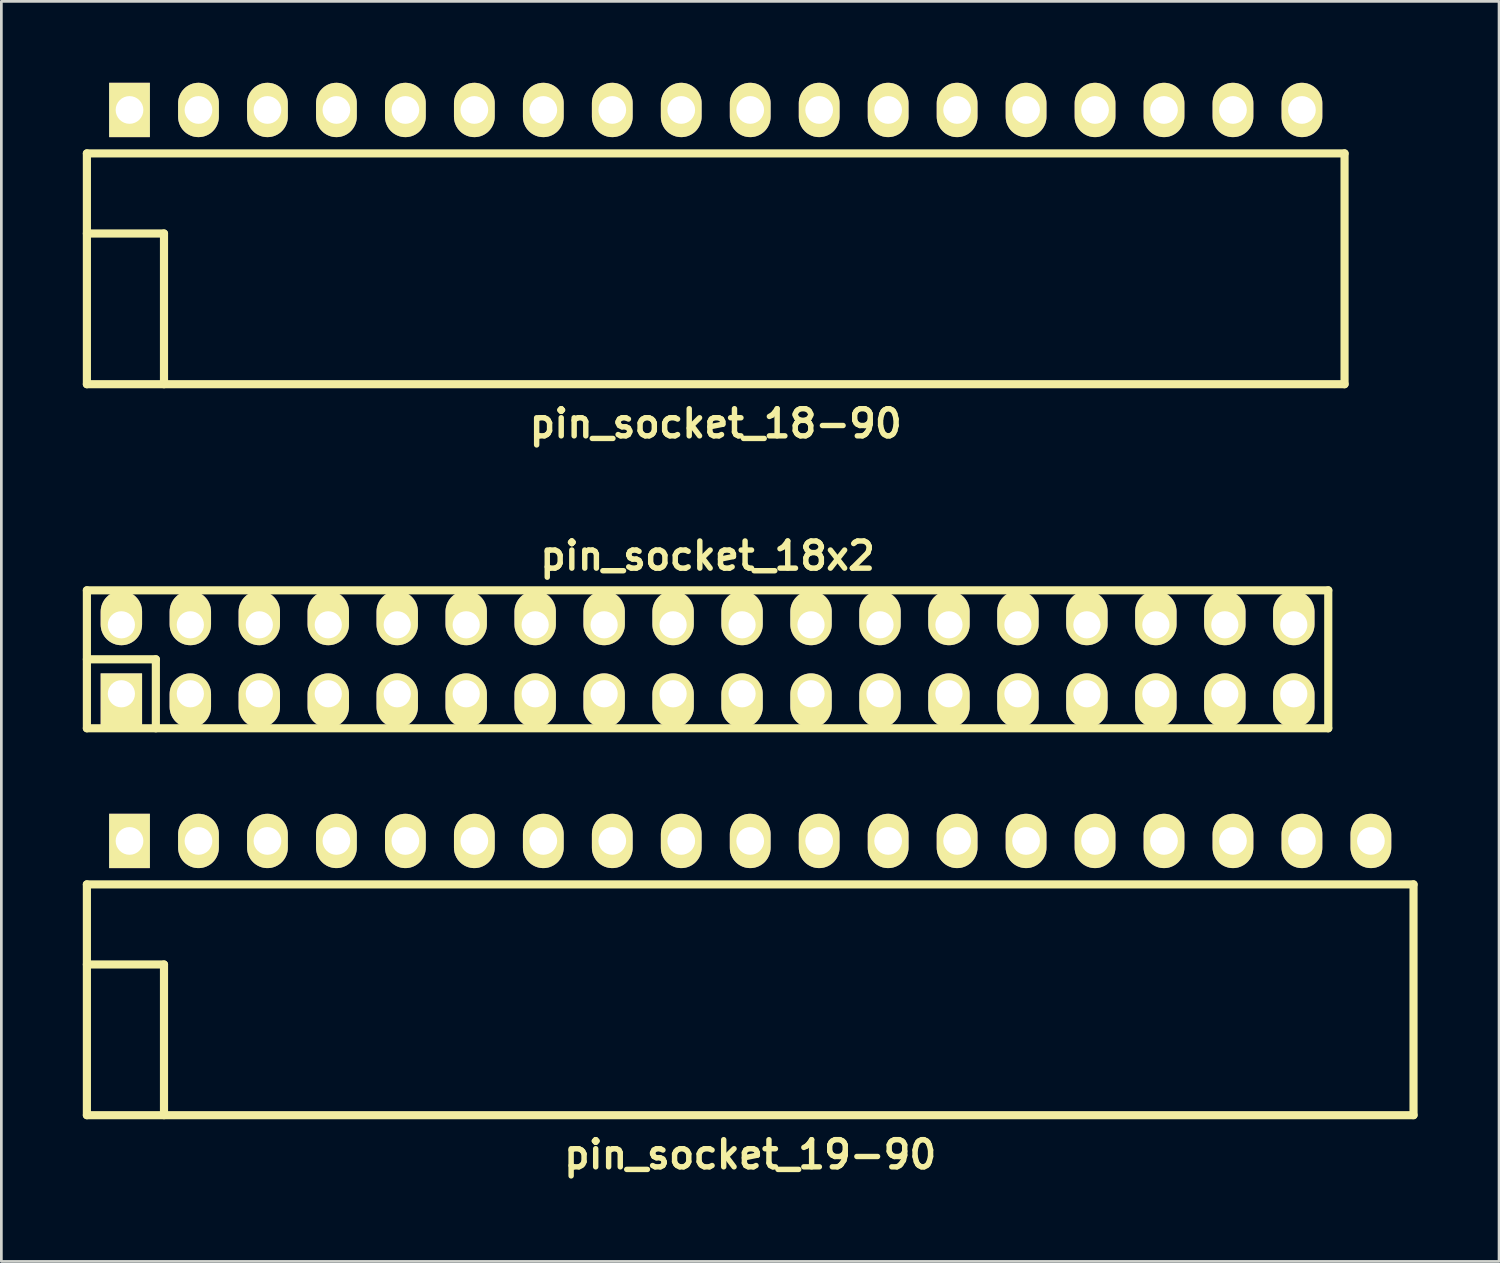
<source format=kicad_pcb>
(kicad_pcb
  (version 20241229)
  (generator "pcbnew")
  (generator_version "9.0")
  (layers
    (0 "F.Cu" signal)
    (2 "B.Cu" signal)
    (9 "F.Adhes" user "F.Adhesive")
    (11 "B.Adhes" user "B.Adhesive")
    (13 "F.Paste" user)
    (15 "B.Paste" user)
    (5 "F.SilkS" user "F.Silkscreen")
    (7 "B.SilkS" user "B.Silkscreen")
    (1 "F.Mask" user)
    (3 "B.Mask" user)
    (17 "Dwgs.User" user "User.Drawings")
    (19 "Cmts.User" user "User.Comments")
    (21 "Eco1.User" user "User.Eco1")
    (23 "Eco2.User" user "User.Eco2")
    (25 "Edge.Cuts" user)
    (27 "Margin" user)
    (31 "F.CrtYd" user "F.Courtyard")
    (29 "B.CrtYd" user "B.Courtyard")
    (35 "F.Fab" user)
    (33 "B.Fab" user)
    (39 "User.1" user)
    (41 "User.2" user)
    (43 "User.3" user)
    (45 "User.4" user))
  (footprint "pin_socket_18-90"
    (layer "F.Cu")
    (at 23.31 5.55)
    (property "Reference" "pin_socket_18-90" (at 0 7 0) (layer "F.SilkS") (effects (font (size 1 1) (thickness 0.2))))
    (attr through_hole)
    (fp_line (start -23.16 -2.95) (end -23.16 5.55) (stroke (width 0.3) (type solid)) (layer "F.SilkS"))
    (fp_line (start -23.16 -2.95) (end 23.16 -2.95) (stroke (width 0.3) (type solid)) (layer "F.SilkS"))
    (fp_line (start -23.16 0) (end -20.32 0) (stroke (width 0.3) (type solid)) (layer "F.SilkS"))
    (fp_line (start -23.16 5.55) (end 23.16 5.55) (stroke (width 0.3) (type solid)) (layer "F.SilkS"))
    (fp_line (start -20.32 0) (end -20.32 5.55) (stroke (width 0.3) (type solid)) (layer "F.SilkS"))
    (fp_line (start 23.16 -2.95) (end 23.16 5.55) (stroke (width 0.3) (type solid)) (layer "F.SilkS"))
    (pad "1" thru_hole rect (at -21.59 -4.55) (size 1.5 2) (drill 1.02) (layers "*.Cu" "*.Mask" "F.SilkS"))
    (pad "2" thru_hole oval (at -19.05 -4.55) (size 1.5 2) (drill 1.02) (layers "*.Cu" "*.Mask" "F.SilkS"))
    (pad "3" thru_hole oval (at -16.51 -4.55) (size 1.5 2) (drill 1.02) (layers "*.Cu" "*.Mask" "F.SilkS"))
    (pad "4" thru_hole oval (at -13.97 -4.55) (size 1.5 2) (drill 1.02) (layers "*.Cu" "*.Mask" "F.SilkS"))
    (pad "5" thru_hole oval (at -11.43 -4.55) (size 1.5 2) (drill 1.02) (layers "*.Cu" "*.Mask" "F.SilkS"))
    (pad "6" thru_hole oval (at -8.89 -4.55) (size 1.5 2) (drill 1.02) (layers "*.Cu" "*.Mask" "F.SilkS"))
    (pad "7" thru_hole oval (at -6.35 -4.55) (size 1.5 2) (drill 1.02) (layers "*.Cu" "*.Mask" "F.SilkS"))
    (pad "8" thru_hole oval (at -3.81 -4.55) (size 1.5 2) (drill 1.02) (layers "*.Cu" "*.Mask" "F.SilkS"))
    (pad "9" thru_hole oval (at -1.27 -4.55) (size 1.5 2) (drill 1.02) (layers "*.Cu" "*.Mask" "F.SilkS"))
    (pad "10" thru_hole oval (at 1.27 -4.55) (size 1.5 2) (drill 1.02) (layers "*.Cu" "*.Mask" "F.SilkS"))
    (pad "12" thru_hole oval (at 6.35 -4.55) (size 1.5 2) (drill 1.02) (layers "*.Cu" "*.Mask" "F.SilkS"))
    (pad "13" thru_hole oval (at 8.89 -4.55) (size 1.5 2) (drill 1.02) (layers "*.Cu" "*.Mask" "F.SilkS"))
    (pad "14" thru_hole oval (at 11.43 -4.55) (size 1.5 2) (drill 1.02) (layers "*.Cu" "*.Mask" "F.SilkS"))
    (pad "15" thru_hole oval (at 13.97 -4.55) (size 1.5 2) (drill 1.02) (layers "*.Cu" "*.Mask" "F.SilkS"))
    (pad "16" thru_hole oval (at 16.51 -4.55) (size 1.5 2) (drill 1.02) (layers "*.Cu" "*.Mask" "F.SilkS"))
    (pad "17" thru_hole oval (at 19.05 -4.55) (size 1.5 2) (drill 1.02) (layers "*.Cu" "*.Mask" "F.SilkS"))
    (pad "18" thru_hole oval (at 21.59 -4.55) (size 1.5 2) (drill 1.02) (layers "*.Cu" "*.Mask" "F.SilkS"))
    (pad "1121" thru_hole oval (at 3.81 -4.55) (size 1.5 2) (drill 1.02) (layers "*.Cu" "*.Mask" "F.SilkS")))
  (footprint "pin_socket_19-90"
    (layer "F.Cu")
    (at 24.58 32.472)
    (property "Reference" "pin_socket_19-90" (at 0 7 0) (layer "F.SilkS") (effects (font (size 1 1) (thickness 0.2))))
    (attr through_hole)
    (fp_line (start -24.43 -2.95) (end -24.43 5.55) (stroke (width 0.3) (type solid)) (layer "F.SilkS"))
    (fp_line (start -24.43 -2.95) (end 24.43 -2.95) (stroke (width 0.3) (type solid)) (layer "F.SilkS"))
    (fp_line (start -24.43 0) (end -21.59 0) (stroke (width 0.3) (type solid)) (layer "F.SilkS"))
    (fp_line (start -24.43 5.55) (end 24.43 5.55) (stroke (width 0.3) (type solid)) (layer "F.SilkS"))
    (fp_line (start -21.59 0) (end -21.59 5.55) (stroke (width 0.3) (type solid)) (layer "F.SilkS"))
    (fp_line (start 24.43 -2.95) (end 24.43 5.55) (stroke (width 0.3) (type solid)) (layer "F.SilkS"))
    (pad "1" thru_hole rect (at -22.86 -4.55) (size 1.5 2) (drill 1.02) (layers "*.Cu" "*.Mask" "F.SilkS"))
    (pad "2" thru_hole oval (at -20.32 -4.55) (size 1.5 2) (drill 1.02) (layers "*.Cu" "*.Mask" "F.SilkS"))
    (pad "3" thru_hole oval (at -17.78 -4.55) (size 1.5 2) (drill 1.02) (layers "*.Cu" "*.Mask" "F.SilkS"))
    (pad "4" thru_hole oval (at -15.24 -4.55) (size 1.5 2) (drill 1.02) (layers "*.Cu" "*.Mask" "F.SilkS"))
    (pad "5" thru_hole oval (at -12.7 -4.55) (size 1.5 2) (drill 1.02) (layers "*.Cu" "*.Mask" "F.SilkS"))
    (pad "6" thru_hole oval (at -10.16 -4.55) (size 1.5 2) (drill 1.02) (layers "*.Cu" "*.Mask" "F.SilkS"))
    (pad "7" thru_hole oval (at -7.62 -4.55) (size 1.5 2) (drill 1.02) (layers "*.Cu" "*.Mask" "F.SilkS"))
    (pad "8" thru_hole oval (at -5.08 -4.55) (size 1.5 2) (drill 1.02) (layers "*.Cu" "*.Mask" "F.SilkS"))
    (pad "9" thru_hole oval (at -2.54 -4.55) (size 1.5 2) (drill 1.02) (layers "*.Cu" "*.Mask" "F.SilkS"))
    (pad "10" thru_hole oval (at 0 -4.55) (size 1.5 2) (drill 1.02) (layers "*.Cu" "*.Mask" "F.SilkS"))
    (pad "12" thru_hole oval (at 5.08 -4.55) (size 1.5 2) (drill 1.02) (layers "*.Cu" "*.Mask" "F.SilkS"))
    (pad "13" thru_hole oval (at 7.62 -4.55) (size 1.5 2) (drill 1.02) (layers "*.Cu" "*.Mask" "F.SilkS"))
    (pad "14" thru_hole oval (at 10.16 -4.55) (size 1.5 2) (drill 1.02) (layers "*.Cu" "*.Mask" "F.SilkS"))
    (pad "15" thru_hole oval (at 12.7 -4.55) (size 1.5 2) (drill 1.02) (layers "*.Cu" "*.Mask" "F.SilkS"))
    (pad "16" thru_hole oval (at 15.24 -4.55) (size 1.5 2) (drill 1.02) (layers "*.Cu" "*.Mask" "F.SilkS"))
    (pad "17" thru_hole oval (at 17.78 -4.55) (size 1.5 2) (drill 1.02) (layers "*.Cu" "*.Mask" "F.SilkS"))
    (pad "18" thru_hole oval (at 20.32 -4.55) (size 1.5 2) (drill 1.02) (layers "*.Cu" "*.Mask" "F.SilkS"))
    (pad "19" thru_hole oval (at 22.86 -4.55) (size 1.5 2) (drill 1.02) (layers "*.Cu" "*.Mask" "F.SilkS"))
    (pad "1121" thru_hole oval (at 2.54 -4.55) (size 1.5 2) (drill 1.02) (layers "*.Cu" "*.Mask" "F.SilkS")))
  (footprint "pin_socket_18x2"
    (layer "F.Cu")
    (at 23.01 21.232)
    (property "Reference" "pin_socket_18x2" (at 0 -3.81 0) (layer "F.SilkS") (effects (font (size 1 1) (thickness 0.2))))
    (attr through_hole)
    (fp_line (start -22.86 -2.54) (end -22.86 2.54) (stroke (width 0.3) (type solid)) (layer "F.SilkS"))
    (fp_line (start -22.86 0) (end -20.32 0) (stroke (width 0.3) (type solid)) (layer "F.SilkS"))
    (fp_line (start -22.86 2.54) (end 22.86 2.54) (stroke (width 0.3) (type solid)) (layer "F.SilkS"))
    (fp_line (start -20.32 0) (end -20.32 2.54) (stroke (width 0.3) (type solid)) (layer "F.SilkS"))
    (fp_line (start 22.86 -2.54) (end -22.86 -2.54) (stroke (width 0.3) (type solid)) (layer "F.SilkS"))
    (fp_line (start 22.86 2.54) (end 22.86 -2.54) (stroke (width 0.3) (type solid)) (layer "F.SilkS"))
    (pad "1" thru_hole rect (at -21.59 1.27) (size 1.524 1.999) (drill 1.001 (offset 0 0.249)) (layers "*.Cu" "*.Mask" "F.SilkS"))
    (pad "2" thru_hole oval (at -21.59 -1.27) (size 1.524 1.999) (drill 1.001 (offset 0 -0.249)) (layers "*.Cu" "*.Mask" "F.SilkS"))
    (pad "3" thru_hole oval (at -19.05 1.27) (size 1.524 1.999) (drill 1.001 (offset 0 0.249)) (layers "*.Cu" "*.Mask" "F.SilkS"))
    (pad "4" thru_hole oval (at -19.05 -1.27) (size 1.524 1.999) (drill 1.001 (offset 0 -0.249)) (layers "*.Cu" "*.Mask" "F.SilkS"))
    (pad "5" thru_hole oval (at -16.51 1.27) (size 1.524 1.999) (drill 1.001 (offset 0 0.249)) (layers "*.Cu" "*.Mask" "F.SilkS"))
    (pad "6" thru_hole oval (at -16.51 -1.27) (size 1.524 1.999) (drill 1.001 (offset 0 -0.249)) (layers "*.Cu" "*.Mask" "F.SilkS"))
    (pad "7" thru_hole oval (at -13.97 1.27) (size 1.524 1.999) (drill 1.001 (offset 0 0.249)) (layers "*.Cu" "*.Mask" "F.SilkS"))
    (pad "8" thru_hole oval (at -13.97 -1.27) (size 1.524 1.999) (drill 1.001 (offset 0 -0.249)) (layers "*.Cu" "*.Mask" "F.SilkS"))
    (pad "9" thru_hole oval (at -11.43 1.27) (size 1.524 1.999) (drill 1.001 (offset 0 0.249)) (layers "*.Cu" "*.Mask" "F.SilkS"))
    (pad "10" thru_hole oval (at -11.43 -1.27) (size 1.524 1.999) (drill 1.001 (offset 0 -0.249)) (layers "*.Cu" "*.Mask" "F.SilkS"))
    (pad "11" thru_hole oval (at -8.89 1.27) (size 1.524 1.999) (drill 1.001 (offset 0 0.249)) (layers "*.Cu" "*.Mask" "F.SilkS"))
    (pad "12" thru_hole oval (at -8.89 -1.27) (size 1.524 1.999) (drill 1.001 (offset 0 -0.249)) (layers "*.Cu" "*.Mask" "F.SilkS"))
    (pad "13" thru_hole oval (at -6.35 1.27) (size 1.524 1.999) (drill 1.001 (offset 0 0.249)) (layers "*.Cu" "*.Mask" "F.SilkS"))
    (pad "14" thru_hole oval (at -6.35 -1.27) (size 1.524 1.999) (drill 1.001 (offset 0 -0.249)) (layers "*.Cu" "*.Mask" "F.SilkS"))
    (pad "15" thru_hole oval (at -3.81 1.27) (size 1.524 1.999) (drill 1.001 (offset 0 0.249)) (layers "*.Cu" "*.Mask" "F.SilkS"))
    (pad "16" thru_hole oval (at -3.81 -1.27) (size 1.524 1.999) (drill 1.001 (offset 0 -0.249)) (layers "*.Cu" "*.Mask" "F.SilkS"))
    (pad "17" thru_hole oval (at -1.27 1.27) (size 1.524 1.999) (drill 1.001 (offset 0 0.249)) (layers "*.Cu" "*.Mask" "F.SilkS"))
    (pad "18" thru_hole oval (at -1.27 -1.27) (size 1.524 1.999) (drill 1.001 (offset 0 -0.249)) (layers "*.Cu" "*.Mask" "F.SilkS"))
    (pad "19" thru_hole oval (at 1.27 1.27) (size 1.524 1.999) (drill 1.001 (offset 0 0.249)) (layers "*.Cu" "*.Mask" "F.SilkS"))
    (pad "20" thru_hole oval (at 1.27 -1.27) (size 1.524 1.999) (drill 1.001 (offset 0 -0.249)) (layers "*.Cu" "*.Mask" "F.SilkS"))
    (pad "21" thru_hole oval (at 3.81 1.27) (size 1.524 1.999) (drill 1.001 (offset 0 0.249)) (layers "*.Cu" "*.Mask" "F.SilkS"))
    (pad "22" thru_hole oval (at 3.81 -1.27) (size 1.524 1.999) (drill 1.001 (offset 0 -0.249)) (layers "*.Cu" "*.Mask" "F.SilkS"))
    (pad "23" thru_hole oval (at 6.35 1.27) (size 1.524 1.999) (drill 1.001 (offset 0 0.249)) (layers "*.Cu" "*.Mask" "F.SilkS"))
    (pad "24" thru_hole oval (at 6.35 -1.27) (size 1.524 1.999) (drill 1.001 (offset 0 -0.249)) (layers "*.Cu" "*.Mask" "F.SilkS"))
    (pad "25" thru_hole oval (at 8.89 1.27) (size 1.524 1.999) (drill 1.001 (offset 0 0.249)) (layers "*.Cu" "*.Mask" "F.SilkS"))
    (pad "26" thru_hole oval (at 8.89 -1.27) (size 1.524 1.999) (drill 1.001 (offset 0 -0.249)) (layers "*.Cu" "*.Mask" "F.SilkS"))
    (pad "27" thru_hole oval (at 11.43 1.27) (size 1.524 1.999) (drill 1.001 (offset 0 0.249)) (layers "*.Cu" "*.Mask" "F.SilkS"))
    (pad "28" thru_hole oval (at 11.43 -1.27) (size 1.524 1.999) (drill 1.001 (offset 0 -0.249)) (layers "*.Cu" "*.Mask" "F.SilkS"))
    (pad "29" thru_hole oval (at 13.97 1.27) (size 1.524 1.999) (drill 1.001 (offset 0 0.249)) (layers "*.Cu" "*.Mask" "F.SilkS"))
    (pad "30" thru_hole oval (at 13.97 -1.27) (size 1.524 1.999) (drill 1.001 (offset 0 -0.249)) (layers "*.Cu" "*.Mask" "F.SilkS"))
    (pad "31" thru_hole oval (at 16.51 1.27) (size 1.524 1.999) (drill 1.001 (offset 0 0.249)) (layers "*.Cu" "*.Mask" "F.SilkS"))
    (pad "32" thru_hole oval (at 16.51 -1.27) (size 1.524 1.999) (drill 1.001 (offset 0 -0.249)) (layers "*.Cu" "*.Mask" "F.SilkS"))
    (pad "33" thru_hole oval (at 19.05 1.27) (size 1.524 1.999) (drill 1.001 (offset 0 0.249)) (layers "*.Cu" "*.Mask" "F.SilkS"))
    (pad "34" thru_hole oval (at 19.05 -1.27) (size 1.524 1.999) (drill 1.001 (offset 0 -0.249)) (layers "*.Cu" "*.Mask" "F.SilkS"))
    (pad "35" thru_hole oval (at 21.59 1.27) (size 1.524 1.999) (drill 1.001 (offset 0 0.249)) (layers "*.Cu" "*.Mask" "F.SilkS"))
    (pad "36" thru_hole oval (at 21.59 -1.27) (size 1.524 1.999) (drill 1.001 (offset 0 -0.249)) (layers "*.Cu" "*.Mask" "F.SilkS")))
  (gr_rect
    (start -3 -3)
    (end 52.16 43.408)
    (stroke (width 0.1) (type default))
    (fill no)
    (layer "Edge.Cuts")))
</source>
